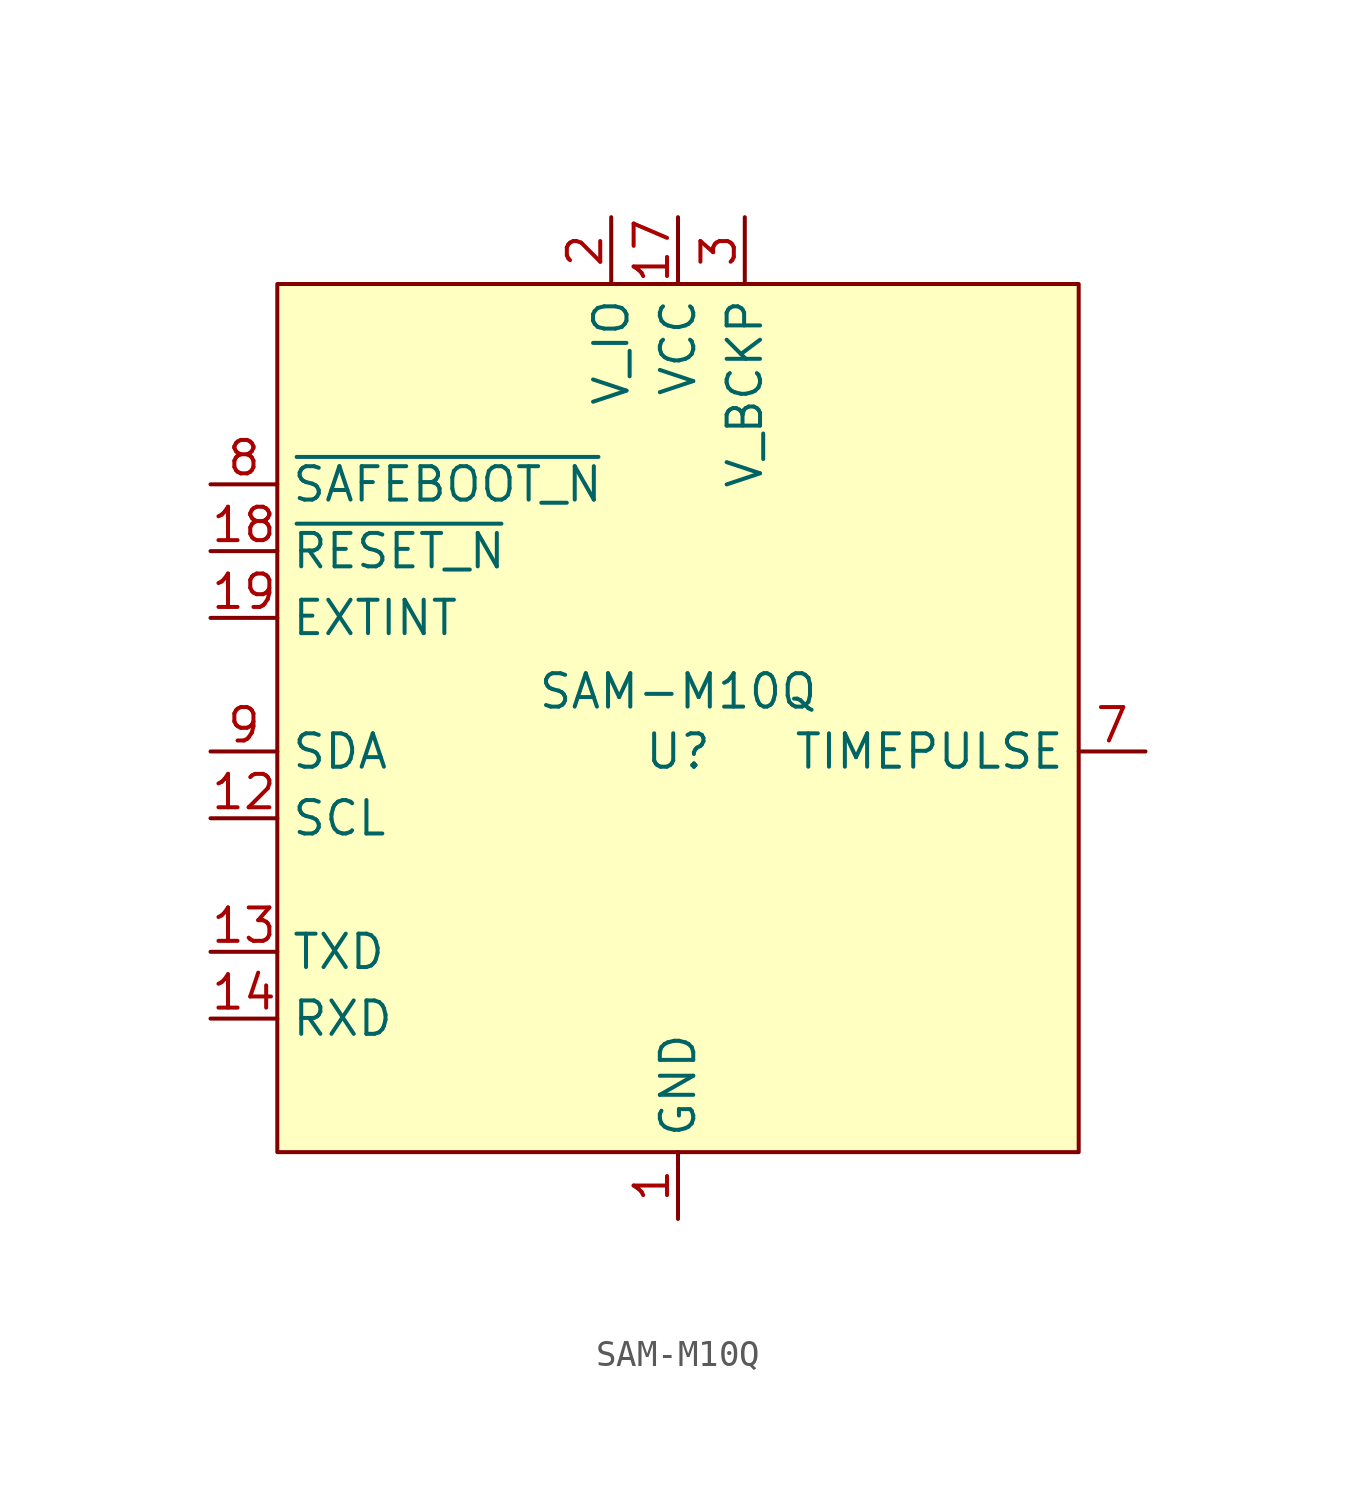
<source format=kicad_sym>
(kicad_symbol_lib
  (version 20241209)
  (generator "kicad_symbol_editor")
  (generator_version "9.0")
  (symbol "SAM-M10Q"
    (property "Reference" "U"
      (at 0 0 0)
      (effects (font (size 1.27 1.27))))
    (property "Value" "SAM-M10Q"
      (at 0 2.286 0)
      (effects (font (size 1.27 1.27))))
    (symbol "SAM-M10Q_0_1"
      (rectangle (start -15.24 17.78) (end 15.24 -15.24) (stroke (width 0) (type solid)) (fill (type background))))
    (symbol "SAM-M10Q_1_1"
      (pin input line (at -17.78 10.16 0) (length 2.54) (name "~{SAFEBOOT_N}" (effects (font (size 1.27 1.27)))) (number "8" (effects (font (size 1.27 1.27)))))
      (pin input line (at -17.78 7.62 0) (length 2.54) (name "~{RESET_N}" (effects (font (size 1.27 1.27)))) (number "18" (effects (font (size 1.27 1.27)))))
      (pin input line (at -17.78 5.08 0) (length 2.54) (name "EXTINT" (effects (font (size 1.27 1.27)))) (number "19" (effects (font (size 1.27 1.27)))))
      (pin bidirectional line (at -17.78 0 0) (length 2.54) (name "SDA" (effects (font (size 1.27 1.27)))) (number "9" (effects (font (size 1.27 1.27)))))
      (pin input line (at -17.78 -2.54 0) (length 2.54) (name "SCL" (effects (font (size 1.27 1.27)))) (number "12" (effects (font (size 1.27 1.27)))))
      (pin output line (at -17.78 -7.62 0) (length 2.54) (name "TXD" (effects (font (size 1.27 1.27)))) (number "13" (effects (font (size 1.27 1.27)))))
      (pin input line (at -17.78 -10.16 0) (length 2.54) (name "RXD" (effects (font (size 1.27 1.27)))) (number "14" (effects (font (size 1.27 1.27)))))
      (pin power_in line (at -2.54 20.32 270) (length 2.54) (name "V_IO" (effects (font (size 1.27 1.27)))) (number "2" (effects (font (size 1.27 1.27)))))
      (pin power_in line (at 0 20.32 270) (length 2.54) (name "VCC" (effects (font (size 1.27 1.27)))) (number "17" (effects (font (size 1.27 1.27)))))
      (pin power_in line (at 0 -17.78 90) (length 2.54) (name "GND" (effects (font (size 1.27 1.27)))) (number "1" (effects (font (size 1.27 1.27)))))
      (pin power_in line (at 0 -17.78 90) (length 2.54) (hide yes) (name "GND" (effects (font (size 1.27 1.27)))) (number "10" (effects (font (size 1.27 1.27)))))
      (pin power_in line (at 0 -17.78 90) (length 2.54) (hide yes) (name "GND" (effects (font (size 1.27 1.27)))) (number "11" (effects (font (size 1.27 1.27)))))
      (pin power_in line (at 0 -17.78 90) (length 2.54) (hide yes) (name "GND" (effects (font (size 1.27 1.27)))) (number "15" (effects (font (size 1.27 1.27)))))
      (pin power_in line (at 0 -17.78 90) (length 2.54) (hide yes) (name "GND" (effects (font (size 1.27 1.27)))) (number "16" (effects (font (size 1.27 1.27)))))
      (pin power_in line (at 0 -17.78 90) (length 2.54) (hide yes) (name "GND" (effects (font (size 1.27 1.27)))) (number "20" (effects (font (size 1.27 1.27)))))
      (pin power_in line (at 0 -17.78 90) (length 2.54) (hide yes) (name "GND" (effects (font (size 1.27 1.27)))) (number "4" (effects (font (size 1.27 1.27)))))
      (pin power_in line (at 0 -17.78 90) (length 2.54) (hide yes) (name "GND" (effects (font (size 1.27 1.27)))) (number "5" (effects (font (size 1.27 1.27)))))
      (pin power_in line (at 0 -17.78 90) (length 2.54) (hide yes) (name "GND" (effects (font (size 1.27 1.27)))) (number "6" (effects (font (size 1.27 1.27)))))
      (pin power_in line (at 2.54 20.32 270) (length 2.54) (name "V_BCKP" (effects (font (size 1.27 1.27)))) (number "3" (effects (font (size 1.27 1.27)))))
      (pin output line (at 17.78 0 180) (length 2.54) (name "TIMEPULSE" (effects (font (size 1.27 1.27)))) (number "7" (effects (font (size 1.27 1.27))))))))
</source>
